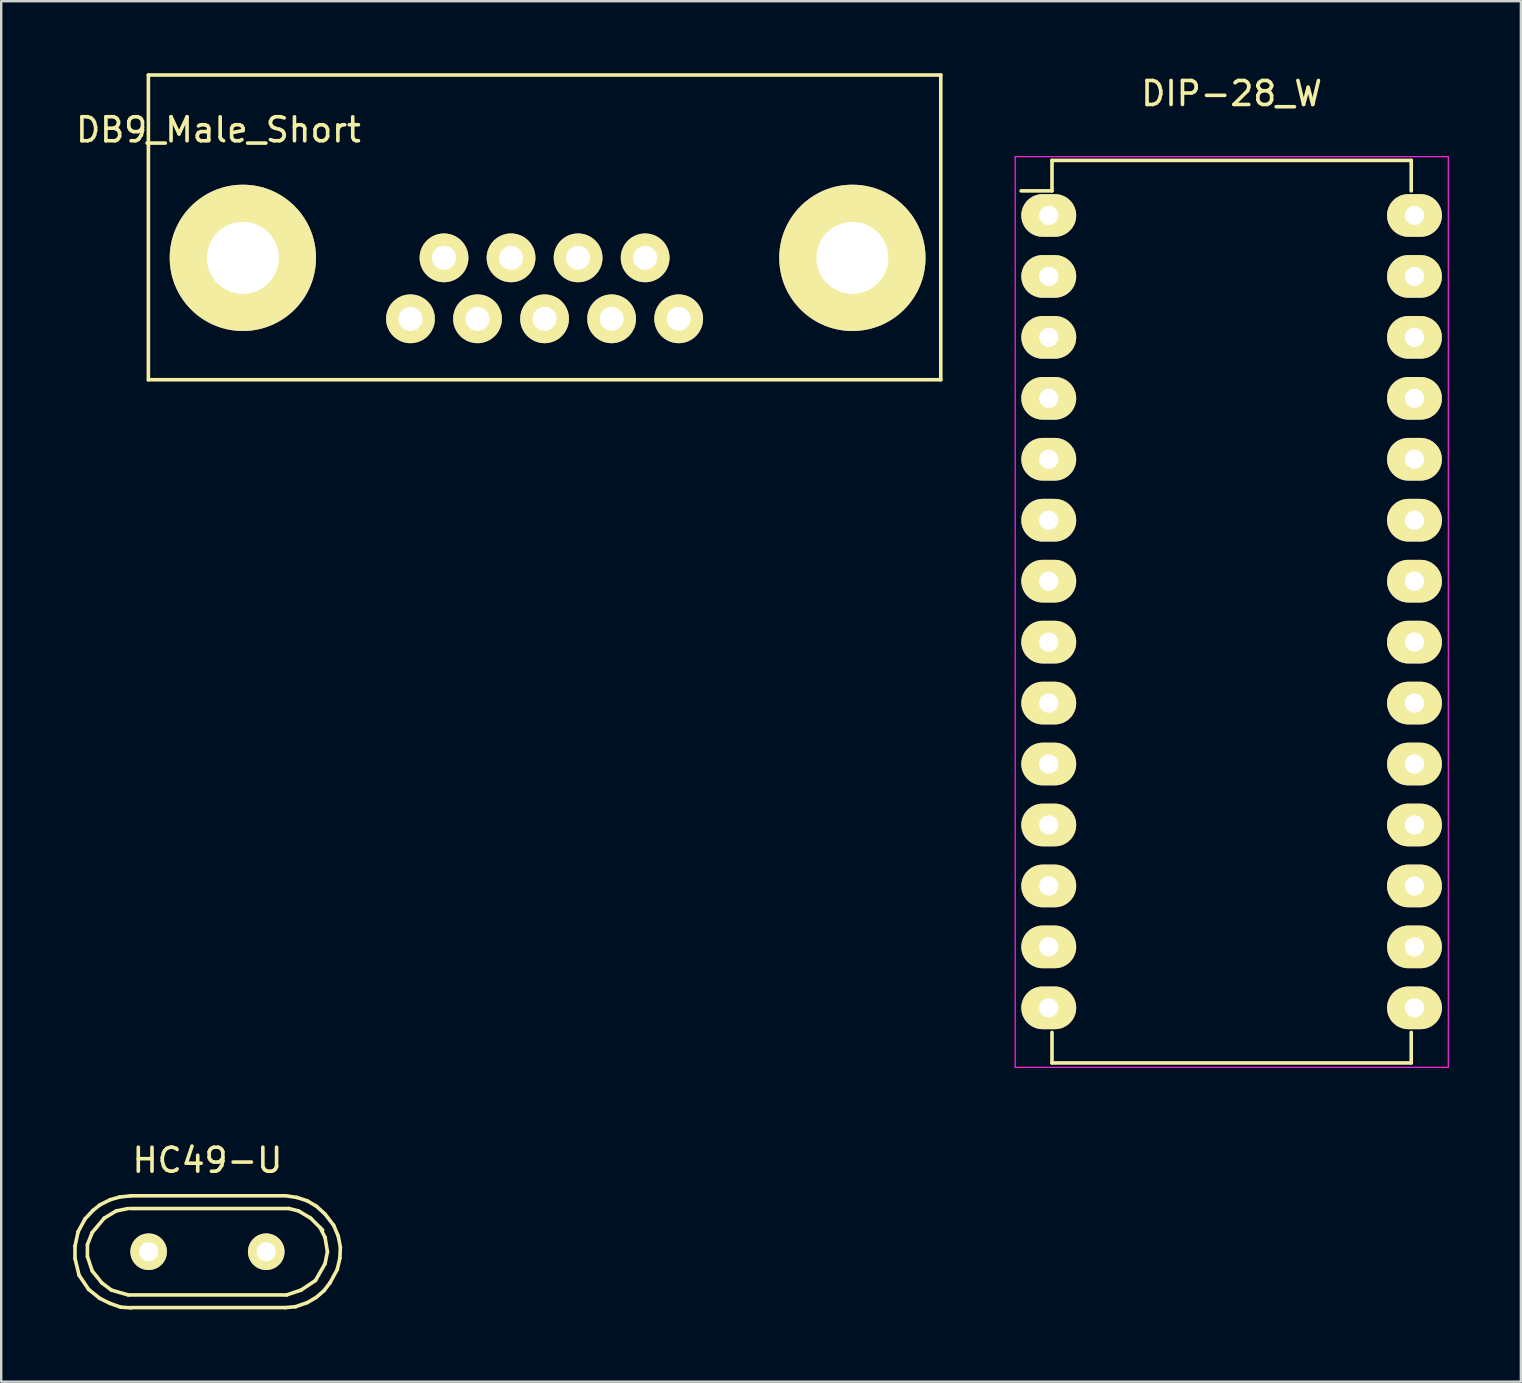
<source format=kicad_pcb>
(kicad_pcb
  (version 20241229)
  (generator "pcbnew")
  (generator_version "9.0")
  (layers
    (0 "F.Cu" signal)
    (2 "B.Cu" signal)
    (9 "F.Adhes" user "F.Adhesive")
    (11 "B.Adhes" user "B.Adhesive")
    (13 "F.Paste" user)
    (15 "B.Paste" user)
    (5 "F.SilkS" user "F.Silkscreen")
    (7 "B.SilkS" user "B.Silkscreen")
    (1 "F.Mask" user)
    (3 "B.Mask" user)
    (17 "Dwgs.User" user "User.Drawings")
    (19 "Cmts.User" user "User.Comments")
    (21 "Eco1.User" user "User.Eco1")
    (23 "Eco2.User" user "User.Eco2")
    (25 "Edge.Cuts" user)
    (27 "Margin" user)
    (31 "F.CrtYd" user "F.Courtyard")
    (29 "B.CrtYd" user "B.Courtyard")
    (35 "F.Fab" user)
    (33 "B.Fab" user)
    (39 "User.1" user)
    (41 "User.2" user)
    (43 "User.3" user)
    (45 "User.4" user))
  (footprint "DB9_Male_Short"
    (layer "F.Cu")
    (at 19.643 8.965)
    (property "Reference" "DB9_Male_Short" (at -13.589 -6.604 0) (layer "F.SilkS") (effects (font (size 1 1) (thickness 0.15))))
    (attr through_hole)
    (fp_line (start -16.51 -8.89) (end -16.51 3.81) (stroke (width 0.15) (type solid)) (layer "F.SilkS"))
    (fp_line (start -16.51 -8.89) (end 16.51 -8.89) (stroke (width 0.15) (type solid)) (layer "F.SilkS"))
    (fp_line (start -16.51 3.81) (end 16.51 3.81) (stroke (width 0.15) (type solid)) (layer "F.SilkS"))
    (fp_line (start 16.51 3.81) (end 16.51 -8.89) (stroke (width 0.15) (type solid)) (layer "F.SilkS"))
    (pad "" thru_hole circle (at -12.573 -1.27) (size 6.096 6.096) (drill 3) (layers "*.Cu" "*.Mask" "F.SilkS"))
    (pad "" thru_hole circle (at 12.827 -1.27) (size 6.096 6.096) (drill 3) (layers "*.Cu" "*.Mask" "F.SilkS"))
    (pad "1" thru_hole circle (at 5.588 1.27) (size 2.032 2.032) (drill 1) (layers "*.Cu" "*.Mask" "F.SilkS"))
    (pad "2" thru_hole circle (at 2.794 1.27) (size 2.032 2.032) (drill 1) (layers "*.Cu" "*.Mask" "F.SilkS"))
    (pad "3" thru_hole circle (at 0 1.27) (size 2.032 2.032) (drill 1) (layers "*.Cu" "*.Mask" "F.SilkS"))
    (pad "4" thru_hole circle (at -2.794 1.27) (size 2.032 2.032) (drill 1) (layers "*.Cu" "*.Mask" "F.SilkS"))
    (pad "5" thru_hole circle (at -5.588 1.27) (size 2.032 2.032) (drill 1) (layers "*.Cu" "*.Mask" "F.SilkS"))
    (pad "6" thru_hole circle (at 4.191 -1.27) (size 2.032 2.032) (drill 1) (layers "*.Cu" "*.Mask" "F.SilkS"))
    (pad "7" thru_hole circle (at 1.397 -1.27) (size 2.032 2.032) (drill 1) (layers "*.Cu" "*.Mask" "F.SilkS"))
    (pad "8" thru_hole circle (at -1.397 -1.27) (size 2.032 2.032) (drill 1) (layers "*.Cu" "*.Mask" "F.SilkS"))
    (pad "9" thru_hole circle (at -4.191 -1.27) (size 2.032 2.032) (drill 1) (layers "*.Cu" "*.Mask" "F.SilkS")))
  (footprint "DIP-28_W"
    (layer "F.Cu")
    (at 40.653 5.928)
    (property "Reference" "DIP-28_W" (at 7.62 -5.08 0) (layer "F.SilkS") (effects (font (size 1 1) (thickness 0.15))))
    (attr through_hole)
    (fp_line (start 0.135 -2.295) (end 0.135 -1.025) (stroke (width 0.15) (type solid)) (layer "F.SilkS"))
    (fp_line (start 0.135 -2.295) (end 15.105 -2.295) (stroke (width 0.15) (type solid)) (layer "F.SilkS"))
    (fp_line (start 0.135 -1.025) (end -1.15 -1.025) (stroke (width 0.15) (type solid)) (layer "F.SilkS"))
    (fp_line (start 0.135 35.315) (end 0.135 34.045) (stroke (width 0.15) (type solid)) (layer "F.SilkS"))
    (fp_line (start 0.135 35.315) (end 15.105 35.315) (stroke (width 0.15) (type solid)) (layer "F.SilkS"))
    (fp_line (start 15.105 -2.295) (end 15.105 -1.025) (stroke (width 0.15) (type solid)) (layer "F.SilkS"))
    (fp_line (start 15.105 35.315) (end 15.105 34.045) (stroke (width 0.15) (type solid)) (layer "F.SilkS"))
    (fp_line (start -1.4 -2.45) (end -1.4 35.5) (stroke (width 0.05) (type solid)) (layer "F.CrtYd"))
    (fp_line (start -1.4 -2.45) (end 16.65 -2.45) (stroke (width 0.05) (type solid)) (layer "F.CrtYd"))
    (fp_line (start -1.4 35.5) (end 16.65 35.5) (stroke (width 0.05) (type solid)) (layer "F.CrtYd"))
    (fp_line (start 16.65 -2.45) (end 16.65 35.5) (stroke (width 0.05) (type solid)) (layer "F.CrtYd"))
    (pad "1" thru_hole oval (at 0 0) (size 2.286 1.778) (drill 0.8) (layers "*.Cu" "*.Mask" "F.SilkS"))
    (pad "2" thru_hole oval (at 0 2.54) (size 2.286 1.778) (drill 0.8) (layers "*.Cu" "*.Mask" "F.SilkS"))
    (pad "3" thru_hole oval (at 0 5.08) (size 2.286 1.778) (drill 0.8) (layers "*.Cu" "*.Mask" "F.SilkS"))
    (pad "4" thru_hole oval (at 0 7.62) (size 2.286 1.778) (drill 0.8) (layers "*.Cu" "*.Mask" "F.SilkS"))
    (pad "5" thru_hole oval (at 0 10.16) (size 2.286 1.778) (drill 0.8) (layers "*.Cu" "*.Mask" "F.SilkS"))
    (pad "6" thru_hole oval (at 0 12.7) (size 2.286 1.778) (drill 0.8) (layers "*.Cu" "*.Mask" "F.SilkS"))
    (pad "7" thru_hole oval (at 0 15.24) (size 2.286 1.778) (drill 0.8) (layers "*.Cu" "*.Mask" "F.SilkS"))
    (pad "8" thru_hole oval (at 0 17.78) (size 2.286 1.778) (drill 0.8) (layers "*.Cu" "*.Mask" "F.SilkS"))
    (pad "9" thru_hole oval (at 0 20.32) (size 2.286 1.778) (drill 0.8) (layers "*.Cu" "*.Mask" "F.SilkS"))
    (pad "10" thru_hole oval (at 0 22.86) (size 2.286 1.778) (drill 0.8) (layers "*.Cu" "*.Mask" "F.SilkS"))
    (pad "11" thru_hole oval (at 0 25.4) (size 2.286 1.778) (drill 0.8) (layers "*.Cu" "*.Mask" "F.SilkS"))
    (pad "12" thru_hole oval (at 0 27.94) (size 2.286 1.778) (drill 0.8) (layers "*.Cu" "*.Mask" "F.SilkS"))
    (pad "13" thru_hole oval (at 0 30.48) (size 2.286 1.778) (drill 0.8) (layers "*.Cu" "*.Mask" "F.SilkS"))
    (pad "14" thru_hole oval (at 0 33.02) (size 2.286 1.778) (drill 0.8) (layers "*.Cu" "*.Mask" "F.SilkS"))
    (pad "15" thru_hole oval (at 15.24 33.02) (size 2.286 1.778) (drill 0.8) (layers "*.Cu" "*.Mask" "F.SilkS"))
    (pad "16" thru_hole oval (at 15.24 30.48) (size 2.286 1.778) (drill 0.8) (layers "*.Cu" "*.Mask" "F.SilkS"))
    (pad "17" thru_hole oval (at 15.24 27.94) (size 2.286 1.778) (drill 0.8) (layers "*.Cu" "*.Mask" "F.SilkS"))
    (pad "18" thru_hole oval (at 15.24 25.4) (size 2.286 1.778) (drill 0.8) (layers "*.Cu" "*.Mask" "F.SilkS"))
    (pad "19" thru_hole oval (at 15.24 22.86) (size 2.286 1.778) (drill 0.8) (layers "*.Cu" "*.Mask" "F.SilkS"))
    (pad "20" thru_hole oval (at 15.24 20.32) (size 2.286 1.778) (drill 0.8) (layers "*.Cu" "*.Mask" "F.SilkS"))
    (pad "21" thru_hole oval (at 15.24 17.78) (size 2.286 1.778) (drill 0.8) (layers "*.Cu" "*.Mask" "F.SilkS"))
    (pad "22" thru_hole oval (at 15.24 15.24) (size 2.286 1.778) (drill 0.8) (layers "*.Cu" "*.Mask" "F.SilkS"))
    (pad "23" thru_hole oval (at 15.24 12.7) (size 2.286 1.778) (drill 0.8) (layers "*.Cu" "*.Mask" "F.SilkS"))
    (pad "24" thru_hole oval (at 15.24 10.16) (size 2.286 1.778) (drill 0.8) (layers "*.Cu" "*.Mask" "F.SilkS"))
    (pad "25" thru_hole oval (at 15.24 7.62) (size 2.286 1.778) (drill 0.8) (layers "*.Cu" "*.Mask" "F.SilkS"))
    (pad "26" thru_hole oval (at 15.24 5.08) (size 2.286 1.778) (drill 0.8) (layers "*.Cu" "*.Mask" "F.SilkS"))
    (pad "27" thru_hole oval (at 15.24 2.54) (size 2.286 1.778) (drill 0.8) (layers "*.Cu" "*.Mask" "F.SilkS"))
    (pad "28" thru_hole oval (at 15.24 0) (size 2.286 1.778) (drill 0.8) (layers "*.Cu" "*.Mask" "F.SilkS")))
  (footprint "HC49-U"
    (layer "F.Cu")
    (at 5.594 49.111)
    (property "Reference" "HC49-U" (at 0 -3.81 0) (layer "F.SilkS") (effects (font (size 1 1) (thickness 0.15))))
    (attr through_hole)
    (fp_line (start -5.519 -0.231) (end -5.519 0.279) (stroke (width 0.15) (type solid)) (layer "F.SilkS"))
    (fp_line (start -5.519 0.279) (end -5.349 0.98) (stroke (width 0.15) (type solid)) (layer "F.SilkS"))
    (fp_line (start -5.39 -0.831) (end -5.519 -0.231) (stroke (width 0.15) (type solid)) (layer "F.SilkS"))
    (fp_line (start -5.349 0.98) (end -4.95 1.57) (stroke (width 0.15) (type solid)) (layer "F.SilkS"))
    (fp_line (start -5.1 -1.369) (end -5.39 -0.831) (stroke (width 0.15) (type solid)) (layer "F.SilkS"))
    (fp_line (start -5.001 -0.3) (end -4.801 -0.8) (stroke (width 0.15) (type solid)) (layer "F.SilkS"))
    (fp_line (start -5.001 0.201) (end -5.001 -0.3) (stroke (width 0.15) (type solid)) (layer "F.SilkS"))
    (fp_line (start -4.95 1.57) (end -4.491 1.941) (stroke (width 0.15) (type solid)) (layer "F.SilkS"))
    (fp_line (start -4.801 -0.8) (end -4.3 -1.4) (stroke (width 0.15) (type solid)) (layer "F.SilkS"))
    (fp_line (start -4.801 0.8) (end -5.001 0.201) (stroke (width 0.15) (type solid)) (layer "F.SilkS"))
    (fp_line (start -4.77 -1.72) (end -5.1 -1.369) (stroke (width 0.15) (type solid)) (layer "F.SilkS"))
    (fp_line (start -4.491 1.941) (end -4.069 2.149) (stroke (width 0.15) (type solid)) (layer "F.SilkS"))
    (fp_line (start -4.481 -1.951) (end -4.77 -1.72) (stroke (width 0.15) (type solid)) (layer "F.SilkS"))
    (fp_line (start -4.399 1.3) (end -4.801 0.8) (stroke (width 0.15) (type solid)) (layer "F.SilkS"))
    (fp_line (start -4.3 -1.4) (end -3.8 -1.699) (stroke (width 0.15) (type solid)) (layer "F.SilkS"))
    (fp_line (start -4.069 2.149) (end -3.619 2.309) (stroke (width 0.15) (type solid)) (layer "F.SilkS"))
    (fp_line (start -4.049 -2.169) (end -4.481 -1.951) (stroke (width 0.15) (type solid)) (layer "F.SilkS"))
    (fp_line (start -4 1.6) (end -4.399 1.3) (stroke (width 0.15) (type solid)) (layer "F.SilkS"))
    (fp_line (start -3.8 -1.699) (end -3.299 -1.801) (stroke (width 0.15) (type solid)) (layer "F.SilkS"))
    (fp_line (start -3.65 -2.281) (end -4.049 -2.169) (stroke (width 0.15) (type solid)) (layer "F.SilkS"))
    (fp_line (start -3.619 2.309) (end -3.18 2.339) (stroke (width 0.15) (type solid)) (layer "F.SilkS"))
    (fp_line (start -3.299 1.801) (end -4 1.6) (stroke (width 0.15) (type solid)) (layer "F.SilkS"))
    (fp_line (start -3.2 -2.329) (end 3.251 -2.329) (stroke (width 0.15) (type solid)) (layer "F.SilkS"))
    (fp_line (start -3.2 -1.801) (end 3.401 -1.801) (stroke (width 0.15) (type solid)) (layer "F.SilkS"))
    (fp_line (start -3.2 2.329) (end 3.251 2.329) (stroke (width 0.15) (type solid)) (layer "F.SilkS"))
    (fp_line (start -3.19 -2.329) (end -3.65 -2.281) (stroke (width 0.15) (type solid)) (layer "F.SilkS"))
    (fp_line (start 3.251 2.329) (end 3.67 2.291) (stroke (width 0.15) (type solid)) (layer "F.SilkS"))
    (fp_line (start 3.299 1.801) (end -3.299 1.801) (stroke (width 0.15) (type solid)) (layer "F.SilkS"))
    (fp_line (start 3.401 -1.801) (end 3.8 -1.699) (stroke (width 0.15) (type solid)) (layer "F.SilkS"))
    (fp_line (start 3.67 2.291) (end 4.161 2.121) (stroke (width 0.15) (type solid)) (layer "F.SilkS"))
    (fp_line (start 3.731 -2.261) (end 3.289 -2.329) (stroke (width 0.15) (type solid)) (layer "F.SilkS"))
    (fp_line (start 3.8 -1.699) (end 4.3 -1.4) (stroke (width 0.15) (type solid)) (layer "F.SilkS"))
    (fp_line (start 3.899 1.6) (end 3.299 1.801) (stroke (width 0.15) (type solid)) (layer "F.SilkS"))
    (fp_line (start 4.161 -2.121) (end 3.731 -2.261) (stroke (width 0.15) (type solid)) (layer "F.SilkS"))
    (fp_line (start 4.161 2.121) (end 4.539 1.9) (stroke (width 0.15) (type solid)) (layer "F.SilkS"))
    (fp_line (start 4.3 -1.4) (end 4.801 -0.899) (stroke (width 0.15) (type solid)) (layer "F.SilkS"))
    (fp_line (start 4.501 1.199) (end 3.899 1.6) (stroke (width 0.15) (type solid)) (layer "F.SilkS"))
    (fp_line (start 4.539 1.9) (end 4.859 1.621) (stroke (width 0.15) (type solid)) (layer "F.SilkS"))
    (fp_line (start 4.549 -1.89) (end 4.161 -2.121) (stroke (width 0.15) (type solid)) (layer "F.SilkS"))
    (fp_line (start 4.699 -1.001) (end 4.9 -0.599) (stroke (width 0.15) (type solid)) (layer "F.SilkS"))
    (fp_line (start 4.859 1.621) (end 5.11 1.29) (stroke (width 0.15) (type solid)) (layer "F.SilkS"))
    (fp_line (start 4.9 -1.57) (end 4.549 -1.89) (stroke (width 0.15) (type solid)) (layer "F.SilkS"))
    (fp_line (start 4.9 -0.599) (end 5.001 0) (stroke (width 0.15) (type solid)) (layer "F.SilkS"))
    (fp_line (start 4.9 0.5) (end 4.501 1.199) (stroke (width 0.15) (type solid)) (layer "F.SilkS"))
    (fp_line (start 5.001 0) (end 4.9 0.5) (stroke (width 0.15) (type solid)) (layer "F.SilkS"))
    (fp_line (start 5.11 1.29) (end 5.41 0.739) (stroke (width 0.15) (type solid)) (layer "F.SilkS"))
    (fp_line (start 5.26 -1.1) (end 4.9 -1.57) (stroke (width 0.15) (type solid)) (layer "F.SilkS"))
    (fp_line (start 5.41 0.739) (end 5.519 0.269) (stroke (width 0.15) (type solid)) (layer "F.SilkS"))
    (fp_line (start 5.451 -0.65) (end 5.26 -1.1) (stroke (width 0.15) (type solid)) (layer "F.SilkS"))
    (fp_line (start 5.519 0.269) (end 5.54 -0.191) (stroke (width 0.15) (type solid)) (layer "F.SilkS"))
    (fp_line (start 5.54 -0.191) (end 5.451 -0.65) (stroke (width 0.15) (type solid)) (layer "F.SilkS"))
    (pad "1" thru_hole circle (at -2.45 0) (size 1.524 1.524) (drill 0.8) (layers "*.Cu" "*.Mask" "F.SilkS"))
    (pad "2" thru_hole circle (at 2.45 0) (size 1.524 1.524) (drill 0.8) (layers "*.Cu" "*.Mask" "F.SilkS")))
  (gr_rect
    (start -3 -3)
    (end 60.328 54.526)
    (stroke (width 0.1) (type default))
    (fill no)
    (layer "Edge.Cuts")))
</source>
